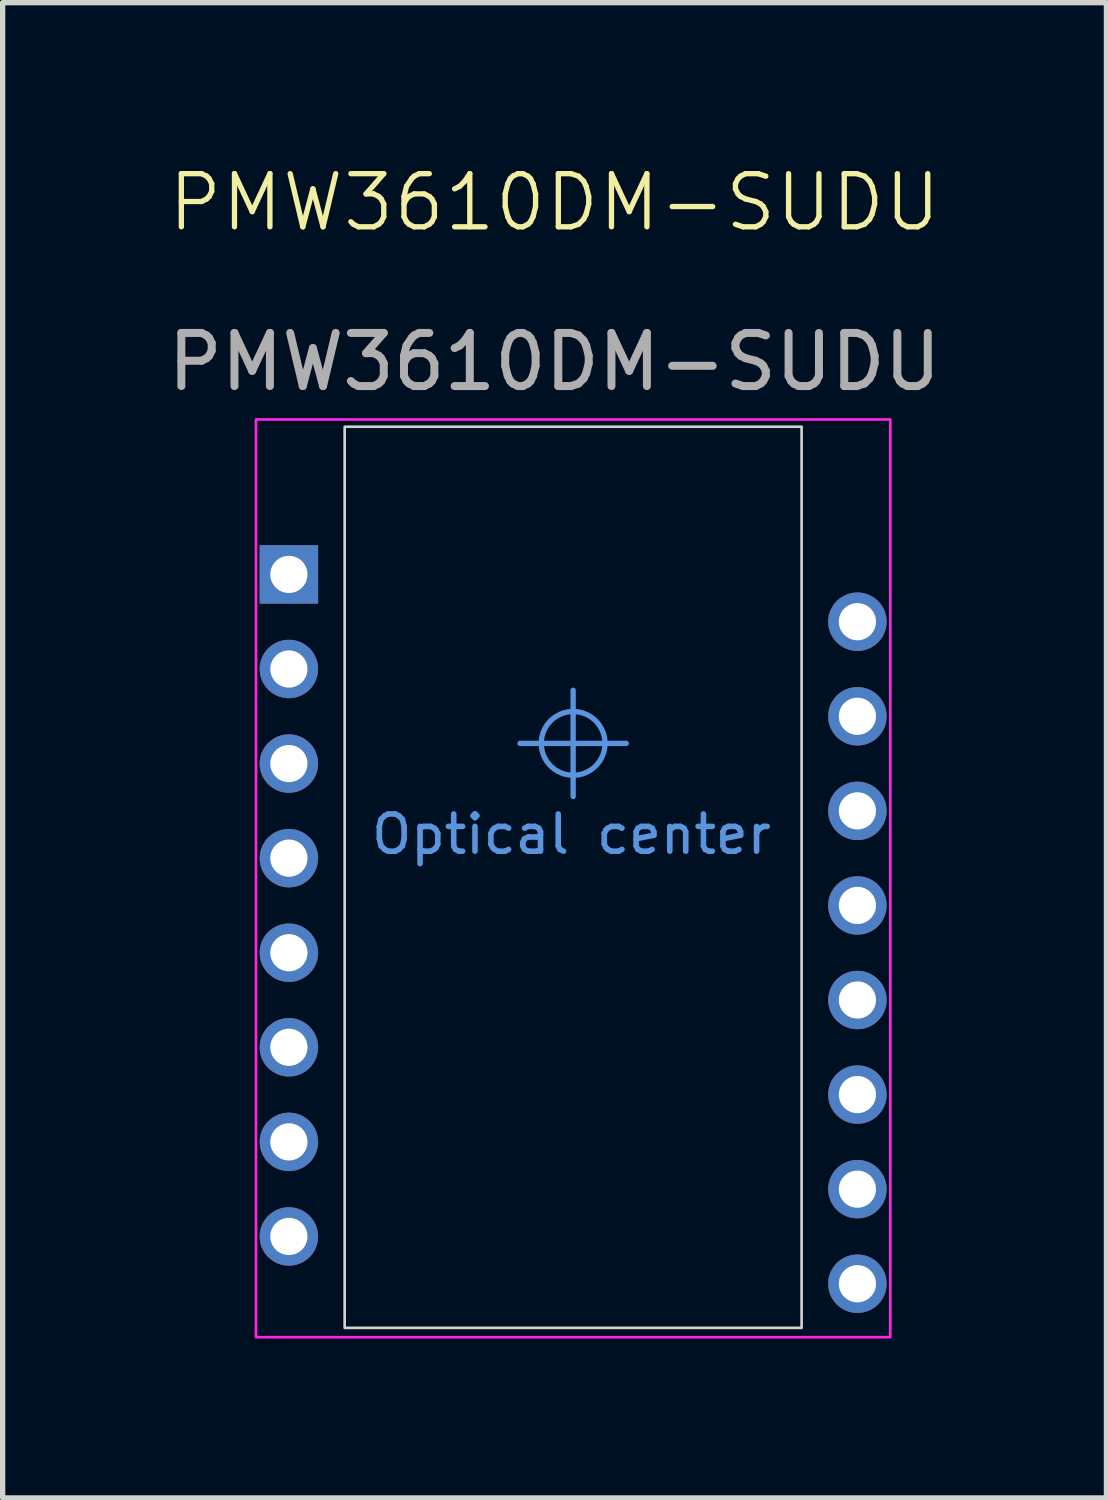
<source format=kicad_pcb>
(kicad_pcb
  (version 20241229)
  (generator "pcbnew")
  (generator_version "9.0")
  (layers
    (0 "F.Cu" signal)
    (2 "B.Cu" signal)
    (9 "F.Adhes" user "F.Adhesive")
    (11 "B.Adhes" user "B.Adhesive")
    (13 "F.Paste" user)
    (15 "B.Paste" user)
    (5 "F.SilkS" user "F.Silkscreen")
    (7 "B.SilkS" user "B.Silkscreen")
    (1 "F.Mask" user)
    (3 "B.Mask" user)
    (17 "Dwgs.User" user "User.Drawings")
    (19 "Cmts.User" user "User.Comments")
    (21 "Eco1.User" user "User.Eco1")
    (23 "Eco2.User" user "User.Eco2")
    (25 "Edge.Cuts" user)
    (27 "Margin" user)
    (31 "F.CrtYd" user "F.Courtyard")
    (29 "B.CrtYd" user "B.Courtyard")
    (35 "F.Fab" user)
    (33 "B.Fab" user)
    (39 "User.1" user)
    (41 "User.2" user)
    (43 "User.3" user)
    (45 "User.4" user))
  (footprint "PMW3610DM-SUDU"
    (layer "F.Cu")
    (at 7.737 10.941)
    (property "Reference" "PMW3610DM-SUDU" (at -0.35 -10.18 0) (unlocked yes) (layer "F.SilkS") (effects (font (size 1 1) (thickness 0.1))))
    (attr through_hole)
    (fp_line (start 0 0) (end -1 0) (stroke (width 0.1) (type default)) (layer "Cmts.User"))
    (fp_line (start 0 0) (end 0 -1) (stroke (width 0.1) (type default)) (layer "Cmts.User"))
    (fp_line (start 0 0) (end 0 1) (stroke (width 0.1) (type default)) (layer "Cmts.User"))
    (fp_line (start 0 0) (end 1 0) (stroke (width 0.1) (type default)) (layer "Cmts.User"))
    (fp_circle (center 0 0) (end 0.6 0) (stroke (width 0.1) (type default)) (fill no) (layer "Cmts.User"))
    (fp_rect (start -4.3 -5.96) (end 4.3 11) (stroke (width 0.05) (type default)) (fill no) (layer "Edge.Cuts"))
    (fp_rect (start -5.969 -6.096) (end 5.969 11.176) (stroke (width 0.05) (type default)) (fill no) (layer "F.CrtYd"))
    (fp_text user "Optical center" (at -3.85 2.12 0) (unlocked yes) (layer "Cmts.User") (effects (font (size 0.7 0.7) (thickness 0.105)) (justify left bottom)))
    (fp_text user "${REFERENCE}" (at -0.35 -7.18 0) (unlocked yes) (layer "F.Fab") (effects (font (size 1 1) (thickness 0.15))))
    (pad "1" thru_hole rect (at -5.35 -3.18 90) (size 1.1 1.1) (drill 0.7) (layers "*.Cu" "*.Mask"))
    (pad "2" thru_hole circle (at -5.35 -1.4 90) (size 1.1 1.1) (drill 0.7) (layers "*.Cu" "*.Mask"))
    (pad "3" thru_hole circle (at -5.35 0.38 90) (size 1.1 1.1) (drill 0.7) (layers "*.Cu" "*.Mask"))
    (pad "4" thru_hole circle (at -5.35 2.16 90) (size 1.1 1.1) (drill 0.7) (layers "*.Cu" "*.Mask"))
    (pad "5" thru_hole circle (at -5.35 3.94 90) (size 1.1 1.1) (drill 0.7) (layers "*.Cu" "*.Mask"))
    (pad "6" thru_hole circle (at -5.35 5.72 90) (size 1.1 1.1) (drill 0.7) (layers "*.Cu" "*.Mask"))
    (pad "7" thru_hole circle (at -5.35 7.5 90) (size 1.1 1.1) (drill 0.7) (layers "*.Cu" "*.Mask"))
    (pad "8" thru_hole circle (at -5.35 9.28 90) (size 1.1 1.1) (drill 0.7) (layers "*.Cu" "*.Mask"))
    (pad "9" thru_hole circle (at 5.35 10.17 90) (size 1.1 1.1) (drill 0.7) (layers "*.Cu" "*.Mask"))
    (pad "10" thru_hole circle (at 5.35 8.39 90) (size 1.1 1.1) (drill 0.7) (layers "*.Cu" "*.Mask"))
    (pad "11" thru_hole circle (at 5.35 6.61 90) (size 1.1 1.1) (drill 0.7) (layers "*.Cu" "*.Mask"))
    (pad "12" thru_hole circle (at 5.35 4.83 90) (size 1.1 1.1) (drill 0.7) (layers "*.Cu" "*.Mask"))
    (pad "13" thru_hole circle (at 5.35 3.05 90) (size 1.1 1.1) (drill 0.7) (layers "*.Cu" "*.Mask"))
    (pad "14" thru_hole circle (at 5.35 1.27 90) (size 1.1 1.1) (drill 0.7) (layers "*.Cu" "*.Mask"))
    (pad "15" thru_hole circle (at 5.35 -0.51 90) (size 1.1 1.1) (drill 0.7) (layers "*.Cu" "*.Mask"))
    (pad "16" thru_hole circle (at 5.35 -2.29 90) (size 1.1 1.1) (drill 0.7) (layers "*.Cu" "*.Mask")))
  (gr_rect
    (start -3 -3)
    (end 17.774 25.142)
    (stroke (width 0.1) (type default))
    (fill no)
    (layer "Edge.Cuts")))
</source>
